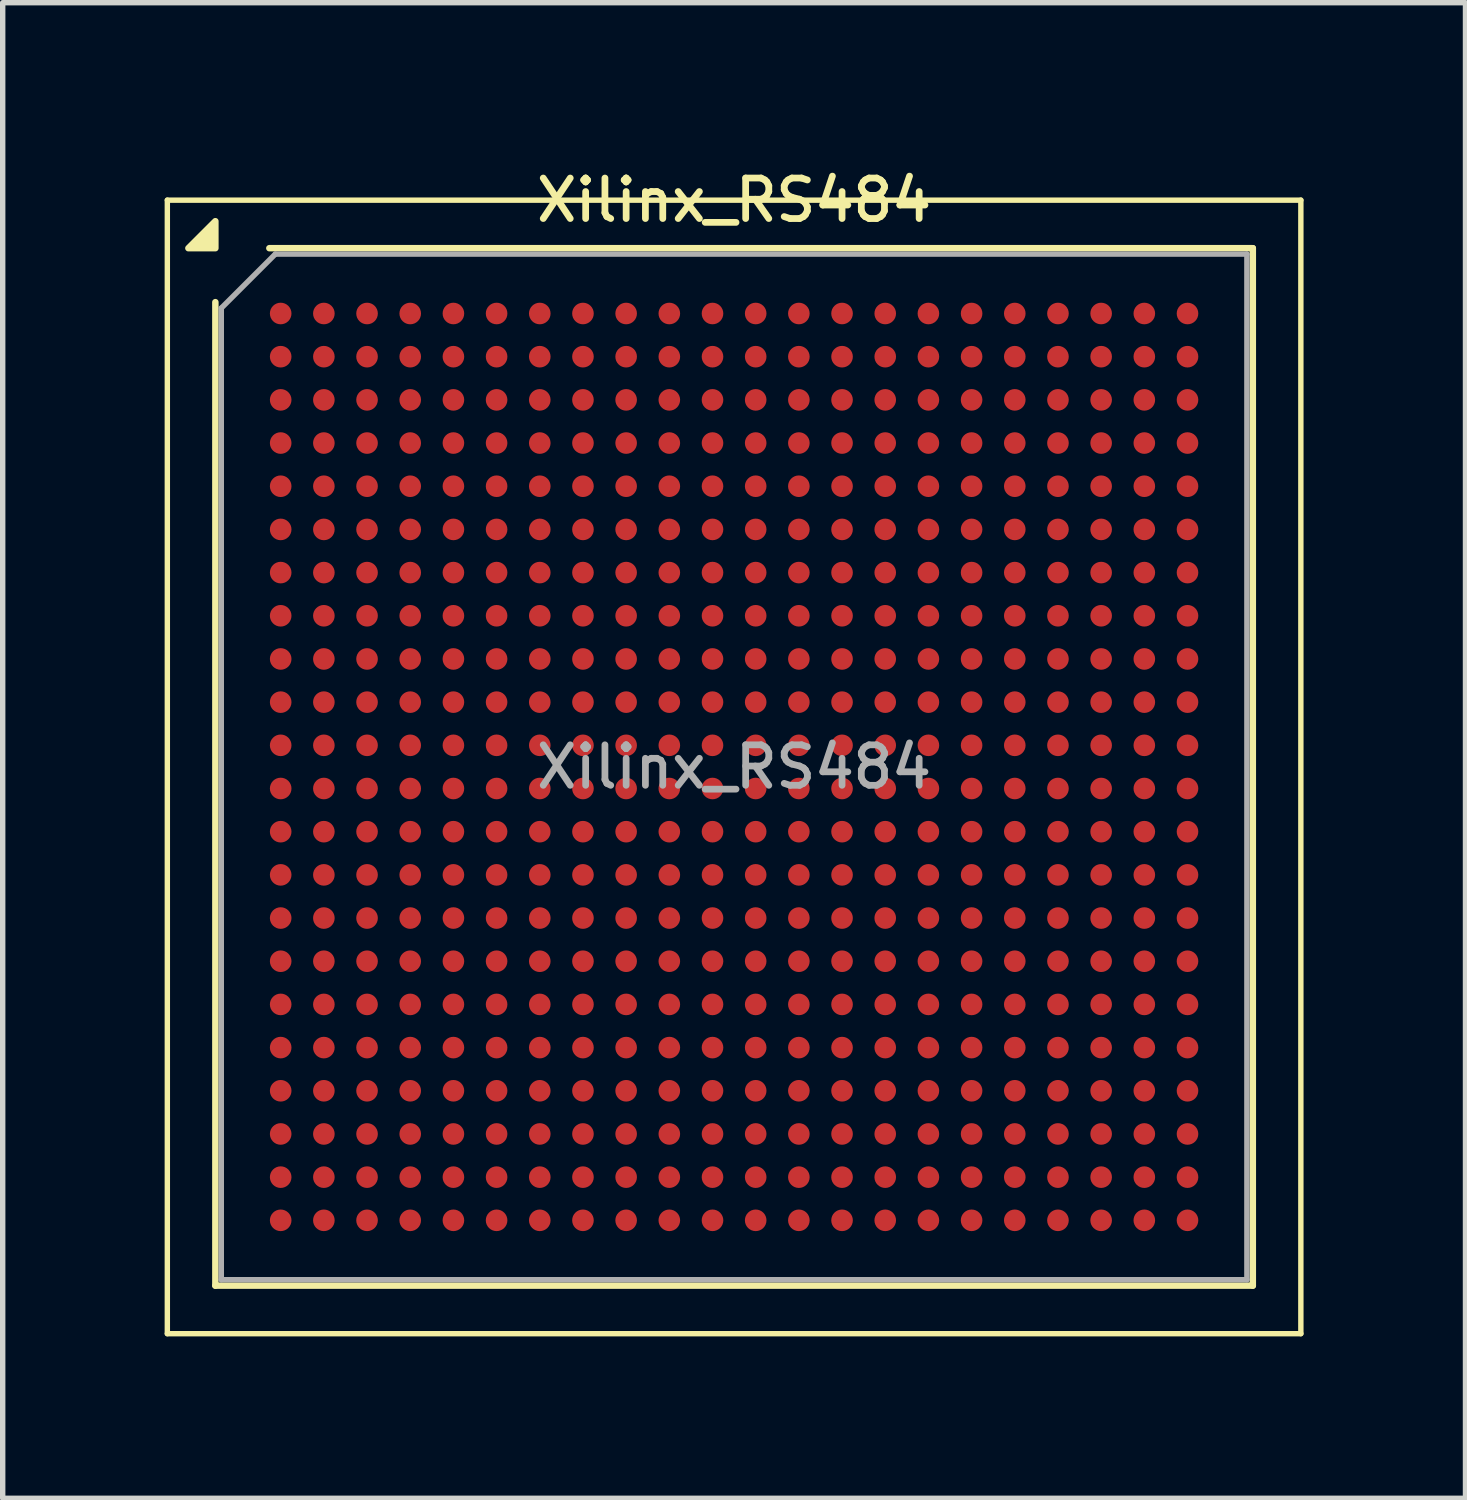
<source format=kicad_pcb>
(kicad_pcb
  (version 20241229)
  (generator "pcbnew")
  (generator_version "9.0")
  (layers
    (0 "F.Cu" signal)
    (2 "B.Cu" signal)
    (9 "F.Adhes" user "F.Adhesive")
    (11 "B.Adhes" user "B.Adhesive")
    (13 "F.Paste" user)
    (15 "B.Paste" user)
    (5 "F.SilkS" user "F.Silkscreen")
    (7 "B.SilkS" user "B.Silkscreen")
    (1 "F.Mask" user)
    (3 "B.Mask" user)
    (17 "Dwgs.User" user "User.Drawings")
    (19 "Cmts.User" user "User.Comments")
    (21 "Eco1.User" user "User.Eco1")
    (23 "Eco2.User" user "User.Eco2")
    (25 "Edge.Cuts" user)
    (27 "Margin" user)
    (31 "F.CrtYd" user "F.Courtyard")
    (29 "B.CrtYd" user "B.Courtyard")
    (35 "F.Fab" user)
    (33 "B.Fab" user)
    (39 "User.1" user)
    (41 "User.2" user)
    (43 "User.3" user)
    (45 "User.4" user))
  (footprint "Xilinx_RS484"
    (layer "F.Cu")
    (at 10.55 11.158)
    (property "Reference" "Xilinx_RS484" (at 0 -10.5 0) (layer "F.SilkS") (effects (font (size 0.75 0.75) (thickness 0.125))))
    (attr smd)
    (fp_line (start -10.5 -10.5) (end -10.5 10.5) (stroke (width 0.1) (type solid)) (layer "F.SilkS"))
    (fp_line (start -10.5 10.5) (end 10.5 10.5) (stroke (width 0.1) (type solid)) (layer "F.SilkS"))
    (fp_line (start -9.61 9.61) (end -9.61 -8.61) (stroke (width 0.12) (type solid)) (layer "F.SilkS"))
    (fp_line (start -8.61 -9.61) (end 9.61 -9.61) (stroke (width 0.12) (type solid)) (layer "F.SilkS"))
    (fp_line (start 9.61 -9.61) (end 9.61 9.61) (stroke (width 0.12) (type solid)) (layer "F.SilkS"))
    (fp_line (start 9.61 9.61) (end -9.61 9.61) (stroke (width 0.12) (type solid)) (layer "F.SilkS"))
    (fp_line (start 10.5 -10.5) (end -10.5 -10.5) (stroke (width 0.1) (type solid)) (layer "F.SilkS"))
    (fp_line (start 10.5 10.5) (end 10.5 -10.5) (stroke (width 0.1) (type solid)) (layer "F.SilkS"))
    (fp_poly (pts (xy -9.61 -9.61) (xy -10.11 -9.61) (xy -9.61 -10.11) (xy -9.61 -9.61)) (stroke (width 0.12) (type solid)) (fill yes) (layer "F.SilkS"))
    (fp_line (start -9.5 -8.5) (end -8.5 -9.5) (stroke (width 0.1) (type solid)) (layer "F.Fab"))
    (fp_line (start -9.5 9.5) (end -9.5 -8.5) (stroke (width 0.1) (type solid)) (layer "F.Fab"))
    (fp_line (start -8.5 -9.5) (end 9.5 -9.5) (stroke (width 0.1) (type solid)) (layer "F.Fab"))
    (fp_line (start 9.5 -9.5) (end 9.5 9.5) (stroke (width 0.1) (type solid)) (layer "F.Fab"))
    (fp_line (start 9.5 9.5) (end -9.5 9.5) (stroke (width 0.1) (type solid)) (layer "F.Fab"))
    (fp_text user "${REFERENCE}" (at 0 0 0) (layer "F.Fab") (effects (font (size 0.75 0.75) (thickness 0.125))))
    (pad "A1" smd circle (at -8.4 -8.4) (size 0.4 0.4) (property pad_prop_bga) (layers "F.Cu" "F.Mask" "F.Paste"))
    (pad "A2" smd circle (at -7.6 -8.4) (size 0.4 0.4) (property pad_prop_bga) (layers "F.Cu" "F.Mask" "F.Paste"))
    (pad "A3" smd circle (at -6.8 -8.4) (size 0.4 0.4) (property pad_prop_bga) (layers "F.Cu" "F.Mask" "F.Paste"))
    (pad "A4" smd circle (at -6 -8.4) (size 0.4 0.4) (property pad_prop_bga) (layers "F.Cu" "F.Mask" "F.Paste"))
    (pad "A5" smd circle (at -5.2 -8.4) (size 0.4 0.4) (property pad_prop_bga) (layers "F.Cu" "F.Mask" "F.Paste"))
    (pad "A6" smd circle (at -4.4 -8.4) (size 0.4 0.4) (property pad_prop_bga) (layers "F.Cu" "F.Mask" "F.Paste"))
    (pad "A7" smd circle (at -3.6 -8.4) (size 0.4 0.4) (property pad_prop_bga) (layers "F.Cu" "F.Mask" "F.Paste"))
    (pad "A8" smd circle (at -2.8 -8.4) (size 0.4 0.4) (property pad_prop_bga) (layers "F.Cu" "F.Mask" "F.Paste"))
    (pad "A9" smd circle (at -2 -8.4) (size 0.4 0.4) (property pad_prop_bga) (layers "F.Cu" "F.Mask" "F.Paste"))
    (pad "A10" smd circle (at -1.2 -8.4) (size 0.4 0.4) (property pad_prop_bga) (layers "F.Cu" "F.Mask" "F.Paste"))
    (pad "A11" smd circle (at -0.4 -8.4) (size 0.4 0.4) (property pad_prop_bga) (layers "F.Cu" "F.Mask" "F.Paste"))
    (pad "A12" smd circle (at 0.4 -8.4) (size 0.4 0.4) (property pad_prop_bga) (layers "F.Cu" "F.Mask" "F.Paste"))
    (pad "A13" smd circle (at 1.2 -8.4) (size 0.4 0.4) (property pad_prop_bga) (layers "F.Cu" "F.Mask" "F.Paste"))
    (pad "A14" smd circle (at 2 -8.4) (size 0.4 0.4) (property pad_prop_bga) (layers "F.Cu" "F.Mask" "F.Paste"))
    (pad "A15" smd circle (at 2.8 -8.4) (size 0.4 0.4) (property pad_prop_bga) (layers "F.Cu" "F.Mask" "F.Paste"))
    (pad "A16" smd circle (at 3.6 -8.4) (size 0.4 0.4) (property pad_prop_bga) (layers "F.Cu" "F.Mask" "F.Paste"))
    (pad "A17" smd circle (at 4.4 -8.4) (size 0.4 0.4) (property pad_prop_bga) (layers "F.Cu" "F.Mask" "F.Paste"))
    (pad "A18" smd circle (at 5.2 -8.4) (size 0.4 0.4) (property pad_prop_bga) (layers "F.Cu" "F.Mask" "F.Paste"))
    (pad "A19" smd circle (at 6 -8.4) (size 0.4 0.4) (property pad_prop_bga) (layers "F.Cu" "F.Mask" "F.Paste"))
    (pad "A20" smd circle (at 6.8 -8.4) (size 0.4 0.4) (property pad_prop_bga) (layers "F.Cu" "F.Mask" "F.Paste"))
    (pad "A21" smd circle (at 7.6 -8.4) (size 0.4 0.4) (property pad_prop_bga) (layers "F.Cu" "F.Mask" "F.Paste"))
    (pad "A22" smd circle (at 8.4 -8.4) (size 0.4 0.4) (property pad_prop_bga) (layers "F.Cu" "F.Mask" "F.Paste"))
    (pad "AA1" smd circle (at -8.4 7.6) (size 0.4 0.4) (property pad_prop_bga) (layers "F.Cu" "F.Mask" "F.Paste"))
    (pad "AA2" smd circle (at -7.6 7.6) (size 0.4 0.4) (property pad_prop_bga) (layers "F.Cu" "F.Mask" "F.Paste"))
    (pad "AA3" smd circle (at -6.8 7.6) (size 0.4 0.4) (property pad_prop_bga) (layers "F.Cu" "F.Mask" "F.Paste"))
    (pad "AA4" smd circle (at -6 7.6) (size 0.4 0.4) (property pad_prop_bga) (layers "F.Cu" "F.Mask" "F.Paste"))
    (pad "AA5" smd circle (at -5.2 7.6) (size 0.4 0.4) (property pad_prop_bga) (layers "F.Cu" "F.Mask" "F.Paste"))
    (pad "AA6" smd circle (at -4.4 7.6) (size 0.4 0.4) (property pad_prop_bga) (layers "F.Cu" "F.Mask" "F.Paste"))
    (pad "AA7" smd circle (at -3.6 7.6) (size 0.4 0.4) (property pad_prop_bga) (layers "F.Cu" "F.Mask" "F.Paste"))
    (pad "AA8" smd circle (at -2.8 7.6) (size 0.4 0.4) (property pad_prop_bga) (layers "F.Cu" "F.Mask" "F.Paste"))
    (pad "AA9" smd circle (at -2 7.6) (size 0.4 0.4) (property pad_prop_bga) (layers "F.Cu" "F.Mask" "F.Paste"))
    (pad "AA10" smd circle (at -1.2 7.6) (size 0.4 0.4) (property pad_prop_bga) (layers "F.Cu" "F.Mask" "F.Paste"))
    (pad "AA11" smd circle (at -0.4 7.6) (size 0.4 0.4) (property pad_prop_bga) (layers "F.Cu" "F.Mask" "F.Paste"))
    (pad "AA12" smd circle (at 0.4 7.6) (size 0.4 0.4) (property pad_prop_bga) (layers "F.Cu" "F.Mask" "F.Paste"))
    (pad "AA13" smd circle (at 1.2 7.6) (size 0.4 0.4) (property pad_prop_bga) (layers "F.Cu" "F.Mask" "F.Paste"))
    (pad "AA14" smd circle (at 2 7.6) (size 0.4 0.4) (property pad_prop_bga) (layers "F.Cu" "F.Mask" "F.Paste"))
    (pad "AA15" smd circle (at 2.8 7.6) (size 0.4 0.4) (property pad_prop_bga) (layers "F.Cu" "F.Mask" "F.Paste"))
    (pad "AA16" smd circle (at 3.6 7.6) (size 0.4 0.4) (property pad_prop_bga) (layers "F.Cu" "F.Mask" "F.Paste"))
    (pad "AA17" smd circle (at 4.4 7.6) (size 0.4 0.4) (property pad_prop_bga) (layers "F.Cu" "F.Mask" "F.Paste"))
    (pad "AA18" smd circle (at 5.2 7.6) (size 0.4 0.4) (property pad_prop_bga) (layers "F.Cu" "F.Mask" "F.Paste"))
    (pad "AA19" smd circle (at 6 7.6) (size 0.4 0.4) (property pad_prop_bga) (layers "F.Cu" "F.Mask" "F.Paste"))
    (pad "AA20" smd circle (at 6.8 7.6) (size 0.4 0.4) (property pad_prop_bga) (layers "F.Cu" "F.Mask" "F.Paste"))
    (pad "AA21" smd circle (at 7.6 7.6) (size 0.4 0.4) (property pad_prop_bga) (layers "F.Cu" "F.Mask" "F.Paste"))
    (pad "AA22" smd circle (at 8.4 7.6) (size 0.4 0.4) (property pad_prop_bga) (layers "F.Cu" "F.Mask" "F.Paste"))
    (pad "AB1" smd circle (at -8.4 8.4) (size 0.4 0.4) (property pad_prop_bga) (layers "F.Cu" "F.Mask" "F.Paste"))
    (pad "AB2" smd circle (at -7.6 8.4) (size 0.4 0.4) (property pad_prop_bga) (layers "F.Cu" "F.Mask" "F.Paste"))
    (pad "AB3" smd circle (at -6.8 8.4) (size 0.4 0.4) (property pad_prop_bga) (layers "F.Cu" "F.Mask" "F.Paste"))
    (pad "AB4" smd circle (at -6 8.4) (size 0.4 0.4) (property pad_prop_bga) (layers "F.Cu" "F.Mask" "F.Paste"))
    (pad "AB5" smd circle (at -5.2 8.4) (size 0.4 0.4) (property pad_prop_bga) (layers "F.Cu" "F.Mask" "F.Paste"))
    (pad "AB6" smd circle (at -4.4 8.4) (size 0.4 0.4) (property pad_prop_bga) (layers "F.Cu" "F.Mask" "F.Paste"))
    (pad "AB7" smd circle (at -3.6 8.4) (size 0.4 0.4) (property pad_prop_bga) (layers "F.Cu" "F.Mask" "F.Paste"))
    (pad "AB8" smd circle (at -2.8 8.4) (size 0.4 0.4) (property pad_prop_bga) (layers "F.Cu" "F.Mask" "F.Paste"))
    (pad "AB9" smd circle (at -2 8.4) (size 0.4 0.4) (property pad_prop_bga) (layers "F.Cu" "F.Mask" "F.Paste"))
    (pad "AB10" smd circle (at -1.2 8.4) (size 0.4 0.4) (property pad_prop_bga) (layers "F.Cu" "F.Mask" "F.Paste"))
    (pad "AB11" smd circle (at -0.4 8.4) (size 0.4 0.4) (property pad_prop_bga) (layers "F.Cu" "F.Mask" "F.Paste"))
    (pad "AB12" smd circle (at 0.4 8.4) (size 0.4 0.4) (property pad_prop_bga) (layers "F.Cu" "F.Mask" "F.Paste"))
    (pad "AB13" smd circle (at 1.2 8.4) (size 0.4 0.4) (property pad_prop_bga) (layers "F.Cu" "F.Mask" "F.Paste"))
    (pad "AB14" smd circle (at 2 8.4) (size 0.4 0.4) (property pad_prop_bga) (layers "F.Cu" "F.Mask" "F.Paste"))
    (pad "AB15" smd circle (at 2.8 8.4) (size 0.4 0.4) (property pad_prop_bga) (layers "F.Cu" "F.Mask" "F.Paste"))
    (pad "AB16" smd circle (at 3.6 8.4) (size 0.4 0.4) (property pad_prop_bga) (layers "F.Cu" "F.Mask" "F.Paste"))
    (pad "AB17" smd circle (at 4.4 8.4) (size 0.4 0.4) (property pad_prop_bga) (layers "F.Cu" "F.Mask" "F.Paste"))
    (pad "AB18" smd circle (at 5.2 8.4) (size 0.4 0.4) (property pad_prop_bga) (layers "F.Cu" "F.Mask" "F.Paste"))
    (pad "AB19" smd circle (at 6 8.4) (size 0.4 0.4) (property pad_prop_bga) (layers "F.Cu" "F.Mask" "F.Paste"))
    (pad "AB20" smd circle (at 6.8 8.4) (size 0.4 0.4) (property pad_prop_bga) (layers "F.Cu" "F.Mask" "F.Paste"))
    (pad "AB21" smd circle (at 7.6 8.4) (size 0.4 0.4) (property pad_prop_bga) (layers "F.Cu" "F.Mask" "F.Paste"))
    (pad "AB22" smd circle (at 8.4 8.4) (size 0.4 0.4) (property pad_prop_bga) (layers "F.Cu" "F.Mask" "F.Paste"))
    (pad "B1" smd circle (at -8.4 -7.6) (size 0.4 0.4) (property pad_prop_bga) (layers "F.Cu" "F.Mask" "F.Paste"))
    (pad "B2" smd circle (at -7.6 -7.6) (size 0.4 0.4) (property pad_prop_bga) (layers "F.Cu" "F.Mask" "F.Paste"))
    (pad "B3" smd circle (at -6.8 -7.6) (size 0.4 0.4) (property pad_prop_bga) (layers "F.Cu" "F.Mask" "F.Paste"))
    (pad "B4" smd circle (at -6 -7.6) (size 0.4 0.4) (property pad_prop_bga) (layers "F.Cu" "F.Mask" "F.Paste"))
    (pad "B5" smd circle (at -5.2 -7.6) (size 0.4 0.4) (property pad_prop_bga) (layers "F.Cu" "F.Mask" "F.Paste"))
    (pad "B6" smd circle (at -4.4 -7.6) (size 0.4 0.4) (property pad_prop_bga) (layers "F.Cu" "F.Mask" "F.Paste"))
    (pad "B7" smd circle (at -3.6 -7.6) (size 0.4 0.4) (property pad_prop_bga) (layers "F.Cu" "F.Mask" "F.Paste"))
    (pad "B8" smd circle (at -2.8 -7.6) (size 0.4 0.4) (property pad_prop_bga) (layers "F.Cu" "F.Mask" "F.Paste"))
    (pad "B9" smd circle (at -2 -7.6) (size 0.4 0.4) (property pad_prop_bga) (layers "F.Cu" "F.Mask" "F.Paste"))
    (pad "B10" smd circle (at -1.2 -7.6) (size 0.4 0.4) (property pad_prop_bga) (layers "F.Cu" "F.Mask" "F.Paste"))
    (pad "B11" smd circle (at -0.4 -7.6) (size 0.4 0.4) (property pad_prop_bga) (layers "F.Cu" "F.Mask" "F.Paste"))
    (pad "B12" smd circle (at 0.4 -7.6) (size 0.4 0.4) (property pad_prop_bga) (layers "F.Cu" "F.Mask" "F.Paste"))
    (pad "B13" smd circle (at 1.2 -7.6) (size 0.4 0.4) (property pad_prop_bga) (layers "F.Cu" "F.Mask" "F.Paste"))
    (pad "B14" smd circle (at 2 -7.6) (size 0.4 0.4) (property pad_prop_bga) (layers "F.Cu" "F.Mask" "F.Paste"))
    (pad "B15" smd circle (at 2.8 -7.6) (size 0.4 0.4) (property pad_prop_bga) (layers "F.Cu" "F.Mask" "F.Paste"))
    (pad "B16" smd circle (at 3.6 -7.6) (size 0.4 0.4) (property pad_prop_bga) (layers "F.Cu" "F.Mask" "F.Paste"))
    (pad "B17" smd circle (at 4.4 -7.6) (size 0.4 0.4) (property pad_prop_bga) (layers "F.Cu" "F.Mask" "F.Paste"))
    (pad "B18" smd circle (at 5.2 -7.6) (size 0.4 0.4) (property pad_prop_bga) (layers "F.Cu" "F.Mask" "F.Paste"))
    (pad "B19" smd circle (at 6 -7.6) (size 0.4 0.4) (property pad_prop_bga) (layers "F.Cu" "F.Mask" "F.Paste"))
    (pad "B20" smd circle (at 6.8 -7.6) (size 0.4 0.4) (property pad_prop_bga) (layers "F.Cu" "F.Mask" "F.Paste"))
    (pad "B21" smd circle (at 7.6 -7.6) (size 0.4 0.4) (property pad_prop_bga) (layers "F.Cu" "F.Mask" "F.Paste"))
    (pad "B22" smd circle (at 8.4 -7.6) (size 0.4 0.4) (property pad_prop_bga) (layers "F.Cu" "F.Mask" "F.Paste"))
    (pad "C1" smd circle (at -8.4 -6.8) (size 0.4 0.4) (property pad_prop_bga) (layers "F.Cu" "F.Mask" "F.Paste"))
    (pad "C2" smd circle (at -7.6 -6.8) (size 0.4 0.4) (property pad_prop_bga) (layers "F.Cu" "F.Mask" "F.Paste"))
    (pad "C3" smd circle (at -6.8 -6.8) (size 0.4 0.4) (property pad_prop_bga) (layers "F.Cu" "F.Mask" "F.Paste"))
    (pad "C4" smd circle (at -6 -6.8) (size 0.4 0.4) (property pad_prop_bga) (layers "F.Cu" "F.Mask" "F.Paste"))
    (pad "C5" smd circle (at -5.2 -6.8) (size 0.4 0.4) (property pad_prop_bga) (layers "F.Cu" "F.Mask" "F.Paste"))
    (pad "C6" smd circle (at -4.4 -6.8) (size 0.4 0.4) (property pad_prop_bga) (layers "F.Cu" "F.Mask" "F.Paste"))
    (pad "C7" smd circle (at -3.6 -6.8) (size 0.4 0.4) (property pad_prop_bga) (layers "F.Cu" "F.Mask" "F.Paste"))
    (pad "C8" smd circle (at -2.8 -6.8) (size 0.4 0.4) (property pad_prop_bga) (layers "F.Cu" "F.Mask" "F.Paste"))
    (pad "C9" smd circle (at -2 -6.8) (size 0.4 0.4) (property pad_prop_bga) (layers "F.Cu" "F.Mask" "F.Paste"))
    (pad "C10" smd circle (at -1.2 -6.8) (size 0.4 0.4) (property pad_prop_bga) (layers "F.Cu" "F.Mask" "F.Paste"))
    (pad "C11" smd circle (at -0.4 -6.8) (size 0.4 0.4) (property pad_prop_bga) (layers "F.Cu" "F.Mask" "F.Paste"))
    (pad "C12" smd circle (at 0.4 -6.8) (size 0.4 0.4) (property pad_prop_bga) (layers "F.Cu" "F.Mask" "F.Paste"))
    (pad "C13" smd circle (at 1.2 -6.8) (size 0.4 0.4) (property pad_prop_bga) (layers "F.Cu" "F.Mask" "F.Paste"))
    (pad "C14" smd circle (at 2 -6.8) (size 0.4 0.4) (property pad_prop_bga) (layers "F.Cu" "F.Mask" "F.Paste"))
    (pad "C15" smd circle (at 2.8 -6.8) (size 0.4 0.4) (property pad_prop_bga) (layers "F.Cu" "F.Mask" "F.Paste"))
    (pad "C16" smd circle (at 3.6 -6.8) (size 0.4 0.4) (property pad_prop_bga) (layers "F.Cu" "F.Mask" "F.Paste"))
    (pad "C17" smd circle (at 4.4 -6.8) (size 0.4 0.4) (property pad_prop_bga) (layers "F.Cu" "F.Mask" "F.Paste"))
    (pad "C18" smd circle (at 5.2 -6.8) (size 0.4 0.4) (property pad_prop_bga) (layers "F.Cu" "F.Mask" "F.Paste"))
    (pad "C19" smd circle (at 6 -6.8) (size 0.4 0.4) (property pad_prop_bga) (layers "F.Cu" "F.Mask" "F.Paste"))
    (pad "C20" smd circle (at 6.8 -6.8) (size 0.4 0.4) (property pad_prop_bga) (layers "F.Cu" "F.Mask" "F.Paste"))
    (pad "C21" smd circle (at 7.6 -6.8) (size 0.4 0.4) (property pad_prop_bga) (layers "F.Cu" "F.Mask" "F.Paste"))
    (pad "C22" smd circle (at 8.4 -6.8) (size 0.4 0.4) (property pad_prop_bga) (layers "F.Cu" "F.Mask" "F.Paste"))
    (pad "D1" smd circle (at -8.4 -6) (size 0.4 0.4) (property pad_prop_bga) (layers "F.Cu" "F.Mask" "F.Paste"))
    (pad "D2" smd circle (at -7.6 -6) (size 0.4 0.4) (property pad_prop_bga) (layers "F.Cu" "F.Mask" "F.Paste"))
    (pad "D3" smd circle (at -6.8 -6) (size 0.4 0.4) (property pad_prop_bga) (layers "F.Cu" "F.Mask" "F.Paste"))
    (pad "D4" smd circle (at -6 -6) (size 0.4 0.4) (property pad_prop_bga) (layers "F.Cu" "F.Mask" "F.Paste"))
    (pad "D5" smd circle (at -5.2 -6) (size 0.4 0.4) (property pad_prop_bga) (layers "F.Cu" "F.Mask" "F.Paste"))
    (pad "D6" smd circle (at -4.4 -6) (size 0.4 0.4) (property pad_prop_bga) (layers "F.Cu" "F.Mask" "F.Paste"))
    (pad "D7" smd circle (at -3.6 -6) (size 0.4 0.4) (property pad_prop_bga) (layers "F.Cu" "F.Mask" "F.Paste"))
    (pad "D8" smd circle (at -2.8 -6) (size 0.4 0.4) (property pad_prop_bga) (layers "F.Cu" "F.Mask" "F.Paste"))
    (pad "D9" smd circle (at -2 -6) (size 0.4 0.4) (property pad_prop_bga) (layers "F.Cu" "F.Mask" "F.Paste"))
    (pad "D10" smd circle (at -1.2 -6) (size 0.4 0.4) (property pad_prop_bga) (layers "F.Cu" "F.Mask" "F.Paste"))
    (pad "D11" smd circle (at -0.4 -6) (size 0.4 0.4) (property pad_prop_bga) (layers "F.Cu" "F.Mask" "F.Paste"))
    (pad "D12" smd circle (at 0.4 -6) (size 0.4 0.4) (property pad_prop_bga) (layers "F.Cu" "F.Mask" "F.Paste"))
    (pad "D13" smd circle (at 1.2 -6) (size 0.4 0.4) (property pad_prop_bga) (layers "F.Cu" "F.Mask" "F.Paste"))
    (pad "D14" smd circle (at 2 -6) (size 0.4 0.4) (property pad_prop_bga) (layers "F.Cu" "F.Mask" "F.Paste"))
    (pad "D15" smd circle (at 2.8 -6) (size 0.4 0.4) (property pad_prop_bga) (layers "F.Cu" "F.Mask" "F.Paste"))
    (pad "D16" smd circle (at 3.6 -6) (size 0.4 0.4) (property pad_prop_bga) (layers "F.Cu" "F.Mask" "F.Paste"))
    (pad "D17" smd circle (at 4.4 -6) (size 0.4 0.4) (property pad_prop_bga) (layers "F.Cu" "F.Mask" "F.Paste"))
    (pad "D18" smd circle (at 5.2 -6) (size 0.4 0.4) (property pad_prop_bga) (layers "F.Cu" "F.Mask" "F.Paste"))
    (pad "D19" smd circle (at 6 -6) (size 0.4 0.4) (property pad_prop_bga) (layers "F.Cu" "F.Mask" "F.Paste"))
    (pad "D20" smd circle (at 6.8 -6) (size 0.4 0.4) (property pad_prop_bga) (layers "F.Cu" "F.Mask" "F.Paste"))
    (pad "D21" smd circle (at 7.6 -6) (size 0.4 0.4) (property pad_prop_bga) (layers "F.Cu" "F.Mask" "F.Paste"))
    (pad "D22" smd circle (at 8.4 -6) (size 0.4 0.4) (property pad_prop_bga) (layers "F.Cu" "F.Mask" "F.Paste"))
    (pad "E1" smd circle (at -8.4 -5.2) (size 0.4 0.4) (property pad_prop_bga) (layers "F.Cu" "F.Mask" "F.Paste"))
    (pad "E2" smd circle (at -7.6 -5.2) (size 0.4 0.4) (property pad_prop_bga) (layers "F.Cu" "F.Mask" "F.Paste"))
    (pad "E3" smd circle (at -6.8 -5.2) (size 0.4 0.4) (property pad_prop_bga) (layers "F.Cu" "F.Mask" "F.Paste"))
    (pad "E4" smd circle (at -6 -5.2) (size 0.4 0.4) (property pad_prop_bga) (layers "F.Cu" "F.Mask" "F.Paste"))
    (pad "E5" smd circle (at -5.2 -5.2) (size 0.4 0.4) (property pad_prop_bga) (layers "F.Cu" "F.Mask" "F.Paste"))
    (pad "E6" smd circle (at -4.4 -5.2) (size 0.4 0.4) (property pad_prop_bga) (layers "F.Cu" "F.Mask" "F.Paste"))
    (pad "E7" smd circle (at -3.6 -5.2) (size 0.4 0.4) (property pad_prop_bga) (layers "F.Cu" "F.Mask" "F.Paste"))
    (pad "E8" smd circle (at -2.8 -5.2) (size 0.4 0.4) (property pad_prop_bga) (layers "F.Cu" "F.Mask" "F.Paste"))
    (pad "E9" smd circle (at -2 -5.2) (size 0.4 0.4) (property pad_prop_bga) (layers "F.Cu" "F.Mask" "F.Paste"))
    (pad "E10" smd circle (at -1.2 -5.2) (size 0.4 0.4) (property pad_prop_bga) (layers "F.Cu" "F.Mask" "F.Paste"))
    (pad "E11" smd circle (at -0.4 -5.2) (size 0.4 0.4) (property pad_prop_bga) (layers "F.Cu" "F.Mask" "F.Paste"))
    (pad "E12" smd circle (at 0.4 -5.2) (size 0.4 0.4) (property pad_prop_bga) (layers "F.Cu" "F.Mask" "F.Paste"))
    (pad "E13" smd circle (at 1.2 -5.2) (size 0.4 0.4) (property pad_prop_bga) (layers "F.Cu" "F.Mask" "F.Paste"))
    (pad "E14" smd circle (at 2 -5.2) (size 0.4 0.4) (property pad_prop_bga) (layers "F.Cu" "F.Mask" "F.Paste"))
    (pad "E15" smd circle (at 2.8 -5.2) (size 0.4 0.4) (property pad_prop_bga) (layers "F.Cu" "F.Mask" "F.Paste"))
    (pad "E16" smd circle (at 3.6 -5.2) (size 0.4 0.4) (property pad_prop_bga) (layers "F.Cu" "F.Mask" "F.Paste"))
    (pad "E17" smd circle (at 4.4 -5.2) (size 0.4 0.4) (property pad_prop_bga) (layers "F.Cu" "F.Mask" "F.Paste"))
    (pad "E18" smd circle (at 5.2 -5.2) (size 0.4 0.4) (property pad_prop_bga) (layers "F.Cu" "F.Mask" "F.Paste"))
    (pad "E19" smd circle (at 6 -5.2) (size 0.4 0.4) (property pad_prop_bga) (layers "F.Cu" "F.Mask" "F.Paste"))
    (pad "E20" smd circle (at 6.8 -5.2) (size 0.4 0.4) (property pad_prop_bga) (layers "F.Cu" "F.Mask" "F.Paste"))
    (pad "E21" smd circle (at 7.6 -5.2) (size 0.4 0.4) (property pad_prop_bga) (layers "F.Cu" "F.Mask" "F.Paste"))
    (pad "E22" smd circle (at 8.4 -5.2) (size 0.4 0.4) (property pad_prop_bga) (layers "F.Cu" "F.Mask" "F.Paste"))
    (pad "F1" smd circle (at -8.4 -4.4) (size 0.4 0.4) (property pad_prop_bga) (layers "F.Cu" "F.Mask" "F.Paste"))
    (pad "F2" smd circle (at -7.6 -4.4) (size 0.4 0.4) (property pad_prop_bga) (layers "F.Cu" "F.Mask" "F.Paste"))
    (pad "F3" smd circle (at -6.8 -4.4) (size 0.4 0.4) (property pad_prop_bga) (layers "F.Cu" "F.Mask" "F.Paste"))
    (pad "F4" smd circle (at -6 -4.4) (size 0.4 0.4) (property pad_prop_bga) (layers "F.Cu" "F.Mask" "F.Paste"))
    (pad "F5" smd circle (at -5.2 -4.4) (size 0.4 0.4) (property pad_prop_bga) (layers "F.Cu" "F.Mask" "F.Paste"))
    (pad "F6" smd circle (at -4.4 -4.4) (size 0.4 0.4) (property pad_prop_bga) (layers "F.Cu" "F.Mask" "F.Paste"))
    (pad "F7" smd circle (at -3.6 -4.4) (size 0.4 0.4) (property pad_prop_bga) (layers "F.Cu" "F.Mask" "F.Paste"))
    (pad "F8" smd circle (at -2.8 -4.4) (size 0.4 0.4) (property pad_prop_bga) (layers "F.Cu" "F.Mask" "F.Paste"))
    (pad "F9" smd circle (at -2 -4.4) (size 0.4 0.4) (property pad_prop_bga) (layers "F.Cu" "F.Mask" "F.Paste"))
    (pad "F10" smd circle (at -1.2 -4.4) (size 0.4 0.4) (property pad_prop_bga) (layers "F.Cu" "F.Mask" "F.Paste"))
    (pad "F11" smd circle (at -0.4 -4.4) (size 0.4 0.4) (property pad_prop_bga) (layers "F.Cu" "F.Mask" "F.Paste"))
    (pad "F12" smd circle (at 0.4 -4.4) (size 0.4 0.4) (property pad_prop_bga) (layers "F.Cu" "F.Mask" "F.Paste"))
    (pad "F13" smd circle (at 1.2 -4.4) (size 0.4 0.4) (property pad_prop_bga) (layers "F.Cu" "F.Mask" "F.Paste"))
    (pad "F14" smd circle (at 2 -4.4) (size 0.4 0.4) (property pad_prop_bga) (layers "F.Cu" "F.Mask" "F.Paste"))
    (pad "F15" smd circle (at 2.8 -4.4) (size 0.4 0.4) (property pad_prop_bga) (layers "F.Cu" "F.Mask" "F.Paste"))
    (pad "F16" smd circle (at 3.6 -4.4) (size 0.4 0.4) (property pad_prop_bga) (layers "F.Cu" "F.Mask" "F.Paste"))
    (pad "F17" smd circle (at 4.4 -4.4) (size 0.4 0.4) (property pad_prop_bga) (layers "F.Cu" "F.Mask" "F.Paste"))
    (pad "F18" smd circle (at 5.2 -4.4) (size 0.4 0.4) (property pad_prop_bga) (layers "F.Cu" "F.Mask" "F.Paste"))
    (pad "F19" smd circle (at 6 -4.4) (size 0.4 0.4) (property pad_prop_bga) (layers "F.Cu" "F.Mask" "F.Paste"))
    (pad "F20" smd circle (at 6.8 -4.4) (size 0.4 0.4) (property pad_prop_bga) (layers "F.Cu" "F.Mask" "F.Paste"))
    (pad "F21" smd circle (at 7.6 -4.4) (size 0.4 0.4) (property pad_prop_bga) (layers "F.Cu" "F.Mask" "F.Paste"))
    (pad "F22" smd circle (at 8.4 -4.4) (size 0.4 0.4) (property pad_prop_bga) (layers "F.Cu" "F.Mask" "F.Paste"))
    (pad "G1" smd circle (at -8.4 -3.6) (size 0.4 0.4) (property pad_prop_bga) (layers "F.Cu" "F.Mask" "F.Paste"))
    (pad "G2" smd circle (at -7.6 -3.6) (size 0.4 0.4) (property pad_prop_bga) (layers "F.Cu" "F.Mask" "F.Paste"))
    (pad "G3" smd circle (at -6.8 -3.6) (size 0.4 0.4) (property pad_prop_bga) (layers "F.Cu" "F.Mask" "F.Paste"))
    (pad "G4" smd circle (at -6 -3.6) (size 0.4 0.4) (property pad_prop_bga) (layers "F.Cu" "F.Mask" "F.Paste"))
    (pad "G5" smd circle (at -5.2 -3.6) (size 0.4 0.4) (property pad_prop_bga) (layers "F.Cu" "F.Mask" "F.Paste"))
    (pad "G6" smd circle (at -4.4 -3.6) (size 0.4 0.4) (property pad_prop_bga) (layers "F.Cu" "F.Mask" "F.Paste"))
    (pad "G7" smd circle (at -3.6 -3.6) (size 0.4 0.4) (property pad_prop_bga) (layers "F.Cu" "F.Mask" "F.Paste"))
    (pad "G8" smd circle (at -2.8 -3.6) (size 0.4 0.4) (property pad_prop_bga) (layers "F.Cu" "F.Mask" "F.Paste"))
    (pad "G9" smd circle (at -2 -3.6) (size 0.4 0.4) (property pad_prop_bga) (layers "F.Cu" "F.Mask" "F.Paste"))
    (pad "G10" smd circle (at -1.2 -3.6) (size 0.4 0.4) (property pad_prop_bga) (layers "F.Cu" "F.Mask" "F.Paste"))
    (pad "G11" smd circle (at -0.4 -3.6) (size 0.4 0.4) (property pad_prop_bga) (layers "F.Cu" "F.Mask" "F.Paste"))
    (pad "G12" smd circle (at 0.4 -3.6) (size 0.4 0.4) (property pad_prop_bga) (layers "F.Cu" "F.Mask" "F.Paste"))
    (pad "G13" smd circle (at 1.2 -3.6) (size 0.4 0.4) (property pad_prop_bga) (layers "F.Cu" "F.Mask" "F.Paste"))
    (pad "G14" smd circle (at 2 -3.6) (size 0.4 0.4) (property pad_prop_bga) (layers "F.Cu" "F.Mask" "F.Paste"))
    (pad "G15" smd circle (at 2.8 -3.6) (size 0.4 0.4) (property pad_prop_bga) (layers "F.Cu" "F.Mask" "F.Paste"))
    (pad "G16" smd circle (at 3.6 -3.6) (size 0.4 0.4) (property pad_prop_bga) (layers "F.Cu" "F.Mask" "F.Paste"))
    (pad "G17" smd circle (at 4.4 -3.6) (size 0.4 0.4) (property pad_prop_bga) (layers "F.Cu" "F.Mask" "F.Paste"))
    (pad "G18" smd circle (at 5.2 -3.6) (size 0.4 0.4) (property pad_prop_bga) (layers "F.Cu" "F.Mask" "F.Paste"))
    (pad "G19" smd circle (at 6 -3.6) (size 0.4 0.4) (property pad_prop_bga) (layers "F.Cu" "F.Mask" "F.Paste"))
    (pad "G20" smd circle (at 6.8 -3.6) (size 0.4 0.4) (property pad_prop_bga) (layers "F.Cu" "F.Mask" "F.Paste"))
    (pad "G21" smd circle (at 7.6 -3.6) (size 0.4 0.4) (property pad_prop_bga) (layers "F.Cu" "F.Mask" "F.Paste"))
    (pad "G22" smd circle (at 8.4 -3.6) (size 0.4 0.4) (property pad_prop_bga) (layers "F.Cu" "F.Mask" "F.Paste"))
    (pad "H1" smd circle (at -8.4 -2.8) (size 0.4 0.4) (property pad_prop_bga) (layers "F.Cu" "F.Mask" "F.Paste"))
    (pad "H2" smd circle (at -7.6 -2.8) (size 0.4 0.4) (property pad_prop_bga) (layers "F.Cu" "F.Mask" "F.Paste"))
    (pad "H3" smd circle (at -6.8 -2.8) (size 0.4 0.4) (property pad_prop_bga) (layers "F.Cu" "F.Mask" "F.Paste"))
    (pad "H4" smd circle (at -6 -2.8) (size 0.4 0.4) (property pad_prop_bga) (layers "F.Cu" "F.Mask" "F.Paste"))
    (pad "H5" smd circle (at -5.2 -2.8) (size 0.4 0.4) (property pad_prop_bga) (layers "F.Cu" "F.Mask" "F.Paste"))
    (pad "H6" smd circle (at -4.4 -2.8) (size 0.4 0.4) (property pad_prop_bga) (layers "F.Cu" "F.Mask" "F.Paste"))
    (pad "H7" smd circle (at -3.6 -2.8) (size 0.4 0.4) (property pad_prop_bga) (layers "F.Cu" "F.Mask" "F.Paste"))
    (pad "H8" smd circle (at -2.8 -2.8) (size 0.4 0.4) (property pad_prop_bga) (layers "F.Cu" "F.Mask" "F.Paste"))
    (pad "H9" smd circle (at -2 -2.8) (size 0.4 0.4) (property pad_prop_bga) (layers "F.Cu" "F.Mask" "F.Paste"))
    (pad "H10" smd circle (at -1.2 -2.8) (size 0.4 0.4) (property pad_prop_bga) (layers "F.Cu" "F.Mask" "F.Paste"))
    (pad "H11" smd circle (at -0.4 -2.8) (size 0.4 0.4) (property pad_prop_bga) (layers "F.Cu" "F.Mask" "F.Paste"))
    (pad "H12" smd circle (at 0.4 -2.8) (size 0.4 0.4) (property pad_prop_bga) (layers "F.Cu" "F.Mask" "F.Paste"))
    (pad "H13" smd circle (at 1.2 -2.8) (size 0.4 0.4) (property pad_prop_bga) (layers "F.Cu" "F.Mask" "F.Paste"))
    (pad "H14" smd circle (at 2 -2.8) (size 0.4 0.4) (property pad_prop_bga) (layers "F.Cu" "F.Mask" "F.Paste"))
    (pad "H15" smd circle (at 2.8 -2.8) (size 0.4 0.4) (property pad_prop_bga) (layers "F.Cu" "F.Mask" "F.Paste"))
    (pad "H16" smd circle (at 3.6 -2.8) (size 0.4 0.4) (property pad_prop_bga) (layers "F.Cu" "F.Mask" "F.Paste"))
    (pad "H17" smd circle (at 4.4 -2.8) (size 0.4 0.4) (property pad_prop_bga) (layers "F.Cu" "F.Mask" "F.Paste"))
    (pad "H18" smd circle (at 5.2 -2.8) (size 0.4 0.4) (property pad_prop_bga) (layers "F.Cu" "F.Mask" "F.Paste"))
    (pad "H19" smd circle (at 6 -2.8) (size 0.4 0.4) (property pad_prop_bga) (layers "F.Cu" "F.Mask" "F.Paste"))
    (pad "H20" smd circle (at 6.8 -2.8) (size 0.4 0.4) (property pad_prop_bga) (layers "F.Cu" "F.Mask" "F.Paste"))
    (pad "H21" smd circle (at 7.6 -2.8) (size 0.4 0.4) (property pad_prop_bga) (layers "F.Cu" "F.Mask" "F.Paste"))
    (pad "H22" smd circle (at 8.4 -2.8) (size 0.4 0.4) (property pad_prop_bga) (layers "F.Cu" "F.Mask" "F.Paste"))
    (pad "J1" smd circle (at -8.4 -2) (size 0.4 0.4) (property pad_prop_bga) (layers "F.Cu" "F.Mask" "F.Paste"))
    (pad "J2" smd circle (at -7.6 -2) (size 0.4 0.4) (property pad_prop_bga) (layers "F.Cu" "F.Mask" "F.Paste"))
    (pad "J3" smd circle (at -6.8 -2) (size 0.4 0.4) (property pad_prop_bga) (layers "F.Cu" "F.Mask" "F.Paste"))
    (pad "J4" smd circle (at -6 -2) (size 0.4 0.4) (property pad_prop_bga) (layers "F.Cu" "F.Mask" "F.Paste"))
    (pad "J5" smd circle (at -5.2 -2) (size 0.4 0.4) (property pad_prop_bga) (layers "F.Cu" "F.Mask" "F.Paste"))
    (pad "J6" smd circle (at -4.4 -2) (size 0.4 0.4) (property pad_prop_bga) (layers "F.Cu" "F.Mask" "F.Paste"))
    (pad "J7" smd circle (at -3.6 -2) (size 0.4 0.4) (property pad_prop_bga) (layers "F.Cu" "F.Mask" "F.Paste"))
    (pad "J8" smd circle (at -2.8 -2) (size 0.4 0.4) (property pad_prop_bga) (layers "F.Cu" "F.Mask" "F.Paste"))
    (pad "J9" smd circle (at -2 -2) (size 0.4 0.4) (property pad_prop_bga) (layers "F.Cu" "F.Mask" "F.Paste"))
    (pad "J10" smd circle (at -1.2 -2) (size 0.4 0.4) (property pad_prop_bga) (layers "F.Cu" "F.Mask" "F.Paste"))
    (pad "J11" smd circle (at -0.4 -2) (size 0.4 0.4) (property pad_prop_bga) (layers "F.Cu" "F.Mask" "F.Paste"))
    (pad "J12" smd circle (at 0.4 -2) (size 0.4 0.4) (property pad_prop_bga) (layers "F.Cu" "F.Mask" "F.Paste"))
    (pad "J13" smd circle (at 1.2 -2) (size 0.4 0.4) (property pad_prop_bga) (layers "F.Cu" "F.Mask" "F.Paste"))
    (pad "J14" smd circle (at 2 -2) (size 0.4 0.4) (property pad_prop_bga) (layers "F.Cu" "F.Mask" "F.Paste"))
    (pad "J15" smd circle (at 2.8 -2) (size 0.4 0.4) (property pad_prop_bga) (layers "F.Cu" "F.Mask" "F.Paste"))
    (pad "J16" smd circle (at 3.6 -2) (size 0.4 0.4) (property pad_prop_bga) (layers "F.Cu" "F.Mask" "F.Paste"))
    (pad "J17" smd circle (at 4.4 -2) (size 0.4 0.4) (property pad_prop_bga) (layers "F.Cu" "F.Mask" "F.Paste"))
    (pad "J18" smd circle (at 5.2 -2) (size 0.4 0.4) (property pad_prop_bga) (layers "F.Cu" "F.Mask" "F.Paste"))
    (pad "J19" smd circle (at 6 -2) (size 0.4 0.4) (property pad_prop_bga) (layers "F.Cu" "F.Mask" "F.Paste"))
    (pad "J20" smd circle (at 6.8 -2) (size 0.4 0.4) (property pad_prop_bga) (layers "F.Cu" "F.Mask" "F.Paste"))
    (pad "J21" smd circle (at 7.6 -2) (size 0.4 0.4) (property pad_prop_bga) (layers "F.Cu" "F.Mask" "F.Paste"))
    (pad "J22" smd circle (at 8.4 -2) (size 0.4 0.4) (property pad_prop_bga) (layers "F.Cu" "F.Mask" "F.Paste"))
    (pad "K1" smd circle (at -8.4 -1.2) (size 0.4 0.4) (property pad_prop_bga) (layers "F.Cu" "F.Mask" "F.Paste"))
    (pad "K2" smd circle (at -7.6 -1.2) (size 0.4 0.4) (property pad_prop_bga) (layers "F.Cu" "F.Mask" "F.Paste"))
    (pad "K3" smd circle (at -6.8 -1.2) (size 0.4 0.4) (property pad_prop_bga) (layers "F.Cu" "F.Mask" "F.Paste"))
    (pad "K4" smd circle (at -6 -1.2) (size 0.4 0.4) (property pad_prop_bga) (layers "F.Cu" "F.Mask" "F.Paste"))
    (pad "K5" smd circle (at -5.2 -1.2) (size 0.4 0.4) (property pad_prop_bga) (layers "F.Cu" "F.Mask" "F.Paste"))
    (pad "K6" smd circle (at -4.4 -1.2) (size 0.4 0.4) (property pad_prop_bga) (layers "F.Cu" "F.Mask" "F.Paste"))
    (pad "K7" smd circle (at -3.6 -1.2) (size 0.4 0.4) (property pad_prop_bga) (layers "F.Cu" "F.Mask" "F.Paste"))
    (pad "K8" smd circle (at -2.8 -1.2) (size 0.4 0.4) (property pad_prop_bga) (layers "F.Cu" "F.Mask" "F.Paste"))
    (pad "K9" smd circle (at -2 -1.2) (size 0.4 0.4) (property pad_prop_bga) (layers "F.Cu" "F.Mask" "F.Paste"))
    (pad "K10" smd circle (at -1.2 -1.2) (size 0.4 0.4) (property pad_prop_bga) (layers "F.Cu" "F.Mask" "F.Paste"))
    (pad "K11" smd circle (at -0.4 -1.2) (size 0.4 0.4) (property pad_prop_bga) (layers "F.Cu" "F.Mask" "F.Paste"))
    (pad "K12" smd circle (at 0.4 -1.2) (size 0.4 0.4) (property pad_prop_bga) (layers "F.Cu" "F.Mask" "F.Paste"))
    (pad "K13" smd circle (at 1.2 -1.2) (size 0.4 0.4) (property pad_prop_bga) (layers "F.Cu" "F.Mask" "F.Paste"))
    (pad "K14" smd circle (at 2 -1.2) (size 0.4 0.4) (property pad_prop_bga) (layers "F.Cu" "F.Mask" "F.Paste"))
    (pad "K15" smd circle (at 2.8 -1.2) (size 0.4 0.4) (property pad_prop_bga) (layers "F.Cu" "F.Mask" "F.Paste"))
    (pad "K16" smd circle (at 3.6 -1.2) (size 0.4 0.4) (property pad_prop_bga) (layers "F.Cu" "F.Mask" "F.Paste"))
    (pad "K17" smd circle (at 4.4 -1.2) (size 0.4 0.4) (property pad_prop_bga) (layers "F.Cu" "F.Mask" "F.Paste"))
    (pad "K18" smd circle (at 5.2 -1.2) (size 0.4 0.4) (property pad_prop_bga) (layers "F.Cu" "F.Mask" "F.Paste"))
    (pad "K19" smd circle (at 6 -1.2) (size 0.4 0.4) (property pad_prop_bga) (layers "F.Cu" "F.Mask" "F.Paste"))
    (pad "K20" smd circle (at 6.8 -1.2) (size 0.4 0.4) (property pad_prop_bga) (layers "F.Cu" "F.Mask" "F.Paste"))
    (pad "K21" smd circle (at 7.6 -1.2) (size 0.4 0.4) (property pad_prop_bga) (layers "F.Cu" "F.Mask" "F.Paste"))
    (pad "K22" smd circle (at 8.4 -1.2) (size 0.4 0.4) (property pad_prop_bga) (layers "F.Cu" "F.Mask" "F.Paste"))
    (pad "L1" smd circle (at -8.4 -0.4) (size 0.4 0.4) (property pad_prop_bga) (layers "F.Cu" "F.Mask" "F.Paste"))
    (pad "L2" smd circle (at -7.6 -0.4) (size 0.4 0.4) (property pad_prop_bga) (layers "F.Cu" "F.Mask" "F.Paste"))
    (pad "L3" smd circle (at -6.8 -0.4) (size 0.4 0.4) (property pad_prop_bga) (layers "F.Cu" "F.Mask" "F.Paste"))
    (pad "L4" smd circle (at -6 -0.4) (size 0.4 0.4) (property pad_prop_bga) (layers "F.Cu" "F.Mask" "F.Paste"))
    (pad "L5" smd circle (at -5.2 -0.4) (size 0.4 0.4) (property pad_prop_bga) (layers "F.Cu" "F.Mask" "F.Paste"))
    (pad "L6" smd circle (at -4.4 -0.4) (size 0.4 0.4) (property pad_prop_bga) (layers "F.Cu" "F.Mask" "F.Paste"))
    (pad "L7" smd circle (at -3.6 -0.4) (size 0.4 0.4) (property pad_prop_bga) (layers "F.Cu" "F.Mask" "F.Paste"))
    (pad "L8" smd circle (at -2.8 -0.4) (size 0.4 0.4) (property pad_prop_bga) (layers "F.Cu" "F.Mask" "F.Paste"))
    (pad "L9" smd circle (at -2 -0.4) (size 0.4 0.4) (property pad_prop_bga) (layers "F.Cu" "F.Mask" "F.Paste"))
    (pad "L10" smd circle (at -1.2 -0.4) (size 0.4 0.4) (property pad_prop_bga) (layers "F.Cu" "F.Mask" "F.Paste"))
    (pad "L11" smd circle (at -0.4 -0.4) (size 0.4 0.4) (property pad_prop_bga) (layers "F.Cu" "F.Mask" "F.Paste"))
    (pad "L12" smd circle (at 0.4 -0.4) (size 0.4 0.4) (property pad_prop_bga) (layers "F.Cu" "F.Mask" "F.Paste"))
    (pad "L13" smd circle (at 1.2 -0.4) (size 0.4 0.4) (property pad_prop_bga) (layers "F.Cu" "F.Mask" "F.Paste"))
    (pad "L14" smd circle (at 2 -0.4) (size 0.4 0.4) (property pad_prop_bga) (layers "F.Cu" "F.Mask" "F.Paste"))
    (pad "L15" smd circle (at 2.8 -0.4) (size 0.4 0.4) (property pad_prop_bga) (layers "F.Cu" "F.Mask" "F.Paste"))
    (pad "L16" smd circle (at 3.6 -0.4) (size 0.4 0.4) (property pad_prop_bga) (layers "F.Cu" "F.Mask" "F.Paste"))
    (pad "L17" smd circle (at 4.4 -0.4) (size 0.4 0.4) (property pad_prop_bga) (layers "F.Cu" "F.Mask" "F.Paste"))
    (pad "L18" smd circle (at 5.2 -0.4) (size 0.4 0.4) (property pad_prop_bga) (layers "F.Cu" "F.Mask" "F.Paste"))
    (pad "L19" smd circle (at 6 -0.4) (size 0.4 0.4) (property pad_prop_bga) (layers "F.Cu" "F.Mask" "F.Paste"))
    (pad "L20" smd circle (at 6.8 -0.4) (size 0.4 0.4) (property pad_prop_bga) (layers "F.Cu" "F.Mask" "F.Paste"))
    (pad "L21" smd circle (at 7.6 -0.4) (size 0.4 0.4) (property pad_prop_bga) (layers "F.Cu" "F.Mask" "F.Paste"))
    (pad "L22" smd circle (at 8.4 -0.4) (size 0.4 0.4) (property pad_prop_bga) (layers "F.Cu" "F.Mask" "F.Paste"))
    (pad "M1" smd circle (at -8.4 0.4) (size 0.4 0.4) (property pad_prop_bga) (layers "F.Cu" "F.Mask" "F.Paste"))
    (pad "M2" smd circle (at -7.6 0.4) (size 0.4 0.4) (property pad_prop_bga) (layers "F.Cu" "F.Mask" "F.Paste"))
    (pad "M3" smd circle (at -6.8 0.4) (size 0.4 0.4) (property pad_prop_bga) (layers "F.Cu" "F.Mask" "F.Paste"))
    (pad "M4" smd circle (at -6 0.4) (size 0.4 0.4) (property pad_prop_bga) (layers "F.Cu" "F.Mask" "F.Paste"))
    (pad "M5" smd circle (at -5.2 0.4) (size 0.4 0.4) (property pad_prop_bga) (layers "F.Cu" "F.Mask" "F.Paste"))
    (pad "M6" smd circle (at -4.4 0.4) (size 0.4 0.4) (property pad_prop_bga) (layers "F.Cu" "F.Mask" "F.Paste"))
    (pad "M7" smd circle (at -3.6 0.4) (size 0.4 0.4) (property pad_prop_bga) (layers "F.Cu" "F.Mask" "F.Paste"))
    (pad "M8" smd circle (at -2.8 0.4) (size 0.4 0.4) (property pad_prop_bga) (layers "F.Cu" "F.Mask" "F.Paste"))
    (pad "M9" smd circle (at -2 0.4) (size 0.4 0.4) (property pad_prop_bga) (layers "F.Cu" "F.Mask" "F.Paste"))
    (pad "M10" smd circle (at -1.2 0.4) (size 0.4 0.4) (property pad_prop_bga) (layers "F.Cu" "F.Mask" "F.Paste"))
    (pad "M11" smd circle (at -0.4 0.4) (size 0.4 0.4) (property pad_prop_bga) (layers "F.Cu" "F.Mask" "F.Paste"))
    (pad "M12" smd circle (at 0.4 0.4) (size 0.4 0.4) (property pad_prop_bga) (layers "F.Cu" "F.Mask" "F.Paste"))
    (pad "M13" smd circle (at 1.2 0.4) (size 0.4 0.4) (property pad_prop_bga) (layers "F.Cu" "F.Mask" "F.Paste"))
    (pad "M14" smd circle (at 2 0.4) (size 0.4 0.4) (property pad_prop_bga) (layers "F.Cu" "F.Mask" "F.Paste"))
    (pad "M15" smd circle (at 2.8 0.4) (size 0.4 0.4) (property pad_prop_bga) (layers "F.Cu" "F.Mask" "F.Paste"))
    (pad "M16" smd circle (at 3.6 0.4) (size 0.4 0.4) (property pad_prop_bga) (layers "F.Cu" "F.Mask" "F.Paste"))
    (pad "M17" smd circle (at 4.4 0.4) (size 0.4 0.4) (property pad_prop_bga) (layers "F.Cu" "F.Mask" "F.Paste"))
    (pad "M18" smd circle (at 5.2 0.4) (size 0.4 0.4) (property pad_prop_bga) (layers "F.Cu" "F.Mask" "F.Paste"))
    (pad "M19" smd circle (at 6 0.4) (size 0.4 0.4) (property pad_prop_bga) (layers "F.Cu" "F.Mask" "F.Paste"))
    (pad "M20" smd circle (at 6.8 0.4) (size 0.4 0.4) (property pad_prop_bga) (layers "F.Cu" "F.Mask" "F.Paste"))
    (pad "M21" smd circle (at 7.6 0.4) (size 0.4 0.4) (property pad_prop_bga) (layers "F.Cu" "F.Mask" "F.Paste"))
    (pad "M22" smd circle (at 8.4 0.4) (size 0.4 0.4) (property pad_prop_bga) (layers "F.Cu" "F.Mask" "F.Paste"))
    (pad "N1" smd circle (at -8.4 1.2) (size 0.4 0.4) (property pad_prop_bga) (layers "F.Cu" "F.Mask" "F.Paste"))
    (pad "N2" smd circle (at -7.6 1.2) (size 0.4 0.4) (property pad_prop_bga) (layers "F.Cu" "F.Mask" "F.Paste"))
    (pad "N3" smd circle (at -6.8 1.2) (size 0.4 0.4) (property pad_prop_bga) (layers "F.Cu" "F.Mask" "F.Paste"))
    (pad "N4" smd circle (at -6 1.2) (size 0.4 0.4) (property pad_prop_bga) (layers "F.Cu" "F.Mask" "F.Paste"))
    (pad "N5" smd circle (at -5.2 1.2) (size 0.4 0.4) (property pad_prop_bga) (layers "F.Cu" "F.Mask" "F.Paste"))
    (pad "N6" smd circle (at -4.4 1.2) (size 0.4 0.4) (property pad_prop_bga) (layers "F.Cu" "F.Mask" "F.Paste"))
    (pad "N7" smd circle (at -3.6 1.2) (size 0.4 0.4) (property pad_prop_bga) (layers "F.Cu" "F.Mask" "F.Paste"))
    (pad "N8" smd circle (at -2.8 1.2) (size 0.4 0.4) (property pad_prop_bga) (layers "F.Cu" "F.Mask" "F.Paste"))
    (pad "N9" smd circle (at -2 1.2) (size 0.4 0.4) (property pad_prop_bga) (layers "F.Cu" "F.Mask" "F.Paste"))
    (pad "N10" smd circle (at -1.2 1.2) (size 0.4 0.4) (property pad_prop_bga) (layers "F.Cu" "F.Mask" "F.Paste"))
    (pad "N11" smd circle (at -0.4 1.2) (size 0.4 0.4) (property pad_prop_bga) (layers "F.Cu" "F.Mask" "F.Paste"))
    (pad "N12" smd circle (at 0.4 1.2) (size 0.4 0.4) (property pad_prop_bga) (layers "F.Cu" "F.Mask" "F.Paste"))
    (pad "N13" smd circle (at 1.2 1.2) (size 0.4 0.4) (property pad_prop_bga) (layers "F.Cu" "F.Mask" "F.Paste"))
    (pad "N14" smd circle (at 2 1.2) (size 0.4 0.4) (property pad_prop_bga) (layers "F.Cu" "F.Mask" "F.Paste"))
    (pad "N15" smd circle (at 2.8 1.2) (size 0.4 0.4) (property pad_prop_bga) (layers "F.Cu" "F.Mask" "F.Paste"))
    (pad "N16" smd circle (at 3.6 1.2) (size 0.4 0.4) (property pad_prop_bga) (layers "F.Cu" "F.Mask" "F.Paste"))
    (pad "N17" smd circle (at 4.4 1.2) (size 0.4 0.4) (property pad_prop_bga) (layers "F.Cu" "F.Mask" "F.Paste"))
    (pad "N18" smd circle (at 5.2 1.2) (size 0.4 0.4) (property pad_prop_bga) (layers "F.Cu" "F.Mask" "F.Paste"))
    (pad "N19" smd circle (at 6 1.2) (size 0.4 0.4) (property pad_prop_bga) (layers "F.Cu" "F.Mask" "F.Paste"))
    (pad "N20" smd circle (at 6.8 1.2) (size 0.4 0.4) (property pad_prop_bga) (layers "F.Cu" "F.Mask" "F.Paste"))
    (pad "N21" smd circle (at 7.6 1.2) (size 0.4 0.4) (property pad_prop_bga) (layers "F.Cu" "F.Mask" "F.Paste"))
    (pad "N22" smd circle (at 8.4 1.2) (size 0.4 0.4) (property pad_prop_bga) (layers "F.Cu" "F.Mask" "F.Paste"))
    (pad "P1" smd circle (at -8.4 2) (size 0.4 0.4) (property pad_prop_bga) (layers "F.Cu" "F.Mask" "F.Paste"))
    (pad "P2" smd circle (at -7.6 2) (size 0.4 0.4) (property pad_prop_bga) (layers "F.Cu" "F.Mask" "F.Paste"))
    (pad "P3" smd circle (at -6.8 2) (size 0.4 0.4) (property pad_prop_bga) (layers "F.Cu" "F.Mask" "F.Paste"))
    (pad "P4" smd circle (at -6 2) (size 0.4 0.4) (property pad_prop_bga) (layers "F.Cu" "F.Mask" "F.Paste"))
    (pad "P5" smd circle (at -5.2 2) (size 0.4 0.4) (property pad_prop_bga) (layers "F.Cu" "F.Mask" "F.Paste"))
    (pad "P6" smd circle (at -4.4 2) (size 0.4 0.4) (property pad_prop_bga) (layers "F.Cu" "F.Mask" "F.Paste"))
    (pad "P7" smd circle (at -3.6 2) (size 0.4 0.4) (property pad_prop_bga) (layers "F.Cu" "F.Mask" "F.Paste"))
    (pad "P8" smd circle (at -2.8 2) (size 0.4 0.4) (property pad_prop_bga) (layers "F.Cu" "F.Mask" "F.Paste"))
    (pad "P9" smd circle (at -2 2) (size 0.4 0.4) (property pad_prop_bga) (layers "F.Cu" "F.Mask" "F.Paste"))
    (pad "P10" smd circle (at -1.2 2) (size 0.4 0.4) (property pad_prop_bga) (layers "F.Cu" "F.Mask" "F.Paste"))
    (pad "P11" smd circle (at -0.4 2) (size 0.4 0.4) (property pad_prop_bga) (layers "F.Cu" "F.Mask" "F.Paste"))
    (pad "P12" smd circle (at 0.4 2) (size 0.4 0.4) (property pad_prop_bga) (layers "F.Cu" "F.Mask" "F.Paste"))
    (pad "P13" smd circle (at 1.2 2) (size 0.4 0.4) (property pad_prop_bga) (layers "F.Cu" "F.Mask" "F.Paste"))
    (pad "P14" smd circle (at 2 2) (size 0.4 0.4) (property pad_prop_bga) (layers "F.Cu" "F.Mask" "F.Paste"))
    (pad "P15" smd circle (at 2.8 2) (size 0.4 0.4) (property pad_prop_bga) (layers "F.Cu" "F.Mask" "F.Paste"))
    (pad "P16" smd circle (at 3.6 2) (size 0.4 0.4) (property pad_prop_bga) (layers "F.Cu" "F.Mask" "F.Paste"))
    (pad "P17" smd circle (at 4.4 2) (size 0.4 0.4) (property pad_prop_bga) (layers "F.Cu" "F.Mask" "F.Paste"))
    (pad "P18" smd circle (at 5.2 2) (size 0.4 0.4) (property pad_prop_bga) (layers "F.Cu" "F.Mask" "F.Paste"))
    (pad "P19" smd circle (at 6 2) (size 0.4 0.4) (property pad_prop_bga) (layers "F.Cu" "F.Mask" "F.Paste"))
    (pad "P20" smd circle (at 6.8 2) (size 0.4 0.4) (property pad_prop_bga) (layers "F.Cu" "F.Mask" "F.Paste"))
    (pad "P21" smd circle (at 7.6 2) (size 0.4 0.4) (property pad_prop_bga) (layers "F.Cu" "F.Mask" "F.Paste"))
    (pad "P22" smd circle (at 8.4 2) (size 0.4 0.4) (property pad_prop_bga) (layers "F.Cu" "F.Mask" "F.Paste"))
    (pad "R1" smd circle (at -8.4 2.8) (size 0.4 0.4) (property pad_prop_bga) (layers "F.Cu" "F.Mask" "F.Paste"))
    (pad "R2" smd circle (at -7.6 2.8) (size 0.4 0.4) (property pad_prop_bga) (layers "F.Cu" "F.Mask" "F.Paste"))
    (pad "R3" smd circle (at -6.8 2.8) (size 0.4 0.4) (property pad_prop_bga) (layers "F.Cu" "F.Mask" "F.Paste"))
    (pad "R4" smd circle (at -6 2.8) (size 0.4 0.4) (property pad_prop_bga) (layers "F.Cu" "F.Mask" "F.Paste"))
    (pad "R5" smd circle (at -5.2 2.8) (size 0.4 0.4) (property pad_prop_bga) (layers "F.Cu" "F.Mask" "F.Paste"))
    (pad "R6" smd circle (at -4.4 2.8) (size 0.4 0.4) (property pad_prop_bga) (layers "F.Cu" "F.Mask" "F.Paste"))
    (pad "R7" smd circle (at -3.6 2.8) (size 0.4 0.4) (property pad_prop_bga) (layers "F.Cu" "F.Mask" "F.Paste"))
    (pad "R8" smd circle (at -2.8 2.8) (size 0.4 0.4) (property pad_prop_bga) (layers "F.Cu" "F.Mask" "F.Paste"))
    (pad "R9" smd circle (at -2 2.8) (size 0.4 0.4) (property pad_prop_bga) (layers "F.Cu" "F.Mask" "F.Paste"))
    (pad "R10" smd circle (at -1.2 2.8) (size 0.4 0.4) (property pad_prop_bga) (layers "F.Cu" "F.Mask" "F.Paste"))
    (pad "R11" smd circle (at -0.4 2.8) (size 0.4 0.4) (property pad_prop_bga) (layers "F.Cu" "F.Mask" "F.Paste"))
    (pad "R12" smd circle (at 0.4 2.8) (size 0.4 0.4) (property pad_prop_bga) (layers "F.Cu" "F.Mask" "F.Paste"))
    (pad "R13" smd circle (at 1.2 2.8) (size 0.4 0.4) (property pad_prop_bga) (layers "F.Cu" "F.Mask" "F.Paste"))
    (pad "R14" smd circle (at 2 2.8) (size 0.4 0.4) (property pad_prop_bga) (layers "F.Cu" "F.Mask" "F.Paste"))
    (pad "R15" smd circle (at 2.8 2.8) (size 0.4 0.4) (property pad_prop_bga) (layers "F.Cu" "F.Mask" "F.Paste"))
    (pad "R16" smd circle (at 3.6 2.8) (size 0.4 0.4) (property pad_prop_bga) (layers "F.Cu" "F.Mask" "F.Paste"))
    (pad "R17" smd circle (at 4.4 2.8) (size 0.4 0.4) (property pad_prop_bga) (layers "F.Cu" "F.Mask" "F.Paste"))
    (pad "R18" smd circle (at 5.2 2.8) (size 0.4 0.4) (property pad_prop_bga) (layers "F.Cu" "F.Mask" "F.Paste"))
    (pad "R19" smd circle (at 6 2.8) (size 0.4 0.4) (property pad_prop_bga) (layers "F.Cu" "F.Mask" "F.Paste"))
    (pad "R20" smd circle (at 6.8 2.8) (size 0.4 0.4) (property pad_prop_bga) (layers "F.Cu" "F.Mask" "F.Paste"))
    (pad "R21" smd circle (at 7.6 2.8) (size 0.4 0.4) (property pad_prop_bga) (layers "F.Cu" "F.Mask" "F.Paste"))
    (pad "R22" smd circle (at 8.4 2.8) (size 0.4 0.4) (property pad_prop_bga) (layers "F.Cu" "F.Mask" "F.Paste"))
    (pad "T1" smd circle (at -8.4 3.6) (size 0.4 0.4) (property pad_prop_bga) (layers "F.Cu" "F.Mask" "F.Paste"))
    (pad "T2" smd circle (at -7.6 3.6) (size 0.4 0.4) (property pad_prop_bga) (layers "F.Cu" "F.Mask" "F.Paste"))
    (pad "T3" smd circle (at -6.8 3.6) (size 0.4 0.4) (property pad_prop_bga) (layers "F.Cu" "F.Mask" "F.Paste"))
    (pad "T4" smd circle (at -6 3.6) (size 0.4 0.4) (property pad_prop_bga) (layers "F.Cu" "F.Mask" "F.Paste"))
    (pad "T5" smd circle (at -5.2 3.6) (size 0.4 0.4) (property pad_prop_bga) (layers "F.Cu" "F.Mask" "F.Paste"))
    (pad "T6" smd circle (at -4.4 3.6) (size 0.4 0.4) (property pad_prop_bga) (layers "F.Cu" "F.Mask" "F.Paste"))
    (pad "T7" smd circle (at -3.6 3.6) (size 0.4 0.4) (property pad_prop_bga) (layers "F.Cu" "F.Mask" "F.Paste"))
    (pad "T8" smd circle (at -2.8 3.6) (size 0.4 0.4) (property pad_prop_bga) (layers "F.Cu" "F.Mask" "F.Paste"))
    (pad "T9" smd circle (at -2 3.6) (size 0.4 0.4) (property pad_prop_bga) (layers "F.Cu" "F.Mask" "F.Paste"))
    (pad "T10" smd circle (at -1.2 3.6) (size 0.4 0.4) (property pad_prop_bga) (layers "F.Cu" "F.Mask" "F.Paste"))
    (pad "T11" smd circle (at -0.4 3.6) (size 0.4 0.4) (property pad_prop_bga) (layers "F.Cu" "F.Mask" "F.Paste"))
    (pad "T12" smd circle (at 0.4 3.6) (size 0.4 0.4) (property pad_prop_bga) (layers "F.Cu" "F.Mask" "F.Paste"))
    (pad "T13" smd circle (at 1.2 3.6) (size 0.4 0.4) (property pad_prop_bga) (layers "F.Cu" "F.Mask" "F.Paste"))
    (pad "T14" smd circle (at 2 3.6) (size 0.4 0.4) (property pad_prop_bga) (layers "F.Cu" "F.Mask" "F.Paste"))
    (pad "T15" smd circle (at 2.8 3.6) (size 0.4 0.4) (property pad_prop_bga) (layers "F.Cu" "F.Mask" "F.Paste"))
    (pad "T16" smd circle (at 3.6 3.6) (size 0.4 0.4) (property pad_prop_bga) (layers "F.Cu" "F.Mask" "F.Paste"))
    (pad "T17" smd circle (at 4.4 3.6) (size 0.4 0.4) (property pad_prop_bga) (layers "F.Cu" "F.Mask" "F.Paste"))
    (pad "T18" smd circle (at 5.2 3.6) (size 0.4 0.4) (property pad_prop_bga) (layers "F.Cu" "F.Mask" "F.Paste"))
    (pad "T19" smd circle (at 6 3.6) (size 0.4 0.4) (property pad_prop_bga) (layers "F.Cu" "F.Mask" "F.Paste"))
    (pad "T20" smd circle (at 6.8 3.6) (size 0.4 0.4) (property pad_prop_bga) (layers "F.Cu" "F.Mask" "F.Paste"))
    (pad "T21" smd circle (at 7.6 3.6) (size 0.4 0.4) (property pad_prop_bga) (layers "F.Cu" "F.Mask" "F.Paste"))
    (pad "T22" smd circle (at 8.4 3.6) (size 0.4 0.4) (property pad_prop_bga) (layers "F.Cu" "F.Mask" "F.Paste"))
    (pad "U1" smd circle (at -8.4 4.4) (size 0.4 0.4) (property pad_prop_bga) (layers "F.Cu" "F.Mask" "F.Paste"))
    (pad "U2" smd circle (at -7.6 4.4) (size 0.4 0.4) (property pad_prop_bga) (layers "F.Cu" "F.Mask" "F.Paste"))
    (pad "U3" smd circle (at -6.8 4.4) (size 0.4 0.4) (property pad_prop_bga) (layers "F.Cu" "F.Mask" "F.Paste"))
    (pad "U4" smd circle (at -6 4.4) (size 0.4 0.4) (property pad_prop_bga) (layers "F.Cu" "F.Mask" "F.Paste"))
    (pad "U5" smd circle (at -5.2 4.4) (size 0.4 0.4) (property pad_prop_bga) (layers "F.Cu" "F.Mask" "F.Paste"))
    (pad "U6" smd circle (at -4.4 4.4) (size 0.4 0.4) (property pad_prop_bga) (layers "F.Cu" "F.Mask" "F.Paste"))
    (pad "U7" smd circle (at -3.6 4.4) (size 0.4 0.4) (property pad_prop_bga) (layers "F.Cu" "F.Mask" "F.Paste"))
    (pad "U8" smd circle (at -2.8 4.4) (size 0.4 0.4) (property pad_prop_bga) (layers "F.Cu" "F.Mask" "F.Paste"))
    (pad "U9" smd circle (at -2 4.4) (size 0.4 0.4) (property pad_prop_bga) (layers "F.Cu" "F.Mask" "F.Paste"))
    (pad "U10" smd circle (at -1.2 4.4) (size 0.4 0.4) (property pad_prop_bga) (layers "F.Cu" "F.Mask" "F.Paste"))
    (pad "U11" smd circle (at -0.4 4.4) (size 0.4 0.4) (property pad_prop_bga) (layers "F.Cu" "F.Mask" "F.Paste"))
    (pad "U12" smd circle (at 0.4 4.4) (size 0.4 0.4) (property pad_prop_bga) (layers "F.Cu" "F.Mask" "F.Paste"))
    (pad "U13" smd circle (at 1.2 4.4) (size 0.4 0.4) (property pad_prop_bga) (layers "F.Cu" "F.Mask" "F.Paste"))
    (pad "U14" smd circle (at 2 4.4) (size 0.4 0.4) (property pad_prop_bga) (layers "F.Cu" "F.Mask" "F.Paste"))
    (pad "U15" smd circle (at 2.8 4.4) (size 0.4 0.4) (property pad_prop_bga) (layers "F.Cu" "F.Mask" "F.Paste"))
    (pad "U16" smd circle (at 3.6 4.4) (size 0.4 0.4) (property pad_prop_bga) (layers "F.Cu" "F.Mask" "F.Paste"))
    (pad "U17" smd circle (at 4.4 4.4) (size 0.4 0.4) (property pad_prop_bga) (layers "F.Cu" "F.Mask" "F.Paste"))
    (pad "U18" smd circle (at 5.2 4.4) (size 0.4 0.4) (property pad_prop_bga) (layers "F.Cu" "F.Mask" "F.Paste"))
    (pad "U19" smd circle (at 6 4.4) (size 0.4 0.4) (property pad_prop_bga) (layers "F.Cu" "F.Mask" "F.Paste"))
    (pad "U20" smd circle (at 6.8 4.4) (size 0.4 0.4) (property pad_prop_bga) (layers "F.Cu" "F.Mask" "F.Paste"))
    (pad "U21" smd circle (at 7.6 4.4) (size 0.4 0.4) (property pad_prop_bga) (layers "F.Cu" "F.Mask" "F.Paste"))
    (pad "U22" smd circle (at 8.4 4.4) (size 0.4 0.4) (property pad_prop_bga) (layers "F.Cu" "F.Mask" "F.Paste"))
    (pad "V1" smd circle (at -8.4 5.2) (size 0.4 0.4) (property pad_prop_bga) (layers "F.Cu" "F.Mask" "F.Paste"))
    (pad "V2" smd circle (at -7.6 5.2) (size 0.4 0.4) (property pad_prop_bga) (layers "F.Cu" "F.Mask" "F.Paste"))
    (pad "V3" smd circle (at -6.8 5.2) (size 0.4 0.4) (property pad_prop_bga) (layers "F.Cu" "F.Mask" "F.Paste"))
    (pad "V4" smd circle (at -6 5.2) (size 0.4 0.4) (property pad_prop_bga) (layers "F.Cu" "F.Mask" "F.Paste"))
    (pad "V5" smd circle (at -5.2 5.2) (size 0.4 0.4) (property pad_prop_bga) (layers "F.Cu" "F.Mask" "F.Paste"))
    (pad "V6" smd circle (at -4.4 5.2) (size 0.4 0.4) (property pad_prop_bga) (layers "F.Cu" "F.Mask" "F.Paste"))
    (pad "V7" smd circle (at -3.6 5.2) (size 0.4 0.4) (property pad_prop_bga) (layers "F.Cu" "F.Mask" "F.Paste"))
    (pad "V8" smd circle (at -2.8 5.2) (size 0.4 0.4) (property pad_prop_bga) (layers "F.Cu" "F.Mask" "F.Paste"))
    (pad "V9" smd circle (at -2 5.2) (size 0.4 0.4) (property pad_prop_bga) (layers "F.Cu" "F.Mask" "F.Paste"))
    (pad "V10" smd circle (at -1.2 5.2) (size 0.4 0.4) (property pad_prop_bga) (layers "F.Cu" "F.Mask" "F.Paste"))
    (pad "V11" smd circle (at -0.4 5.2) (size 0.4 0.4) (property pad_prop_bga) (layers "F.Cu" "F.Mask" "F.Paste"))
    (pad "V12" smd circle (at 0.4 5.2) (size 0.4 0.4) (property pad_prop_bga) (layers "F.Cu" "F.Mask" "F.Paste"))
    (pad "V13" smd circle (at 1.2 5.2) (size 0.4 0.4) (property pad_prop_bga) (layers "F.Cu" "F.Mask" "F.Paste"))
    (pad "V14" smd circle (at 2 5.2) (size 0.4 0.4) (property pad_prop_bga) (layers "F.Cu" "F.Mask" "F.Paste"))
    (pad "V15" smd circle (at 2.8 5.2) (size 0.4 0.4) (property pad_prop_bga) (layers "F.Cu" "F.Mask" "F.Paste"))
    (pad "V16" smd circle (at 3.6 5.2) (size 0.4 0.4) (property pad_prop_bga) (layers "F.Cu" "F.Mask" "F.Paste"))
    (pad "V17" smd circle (at 4.4 5.2) (size 0.4 0.4) (property pad_prop_bga) (layers "F.Cu" "F.Mask" "F.Paste"))
    (pad "V18" smd circle (at 5.2 5.2) (size 0.4 0.4) (property pad_prop_bga) (layers "F.Cu" "F.Mask" "F.Paste"))
    (pad "V19" smd circle (at 6 5.2) (size 0.4 0.4) (property pad_prop_bga) (layers "F.Cu" "F.Mask" "F.Paste"))
    (pad "V20" smd circle (at 6.8 5.2) (size 0.4 0.4) (property pad_prop_bga) (layers "F.Cu" "F.Mask" "F.Paste"))
    (pad "V21" smd circle (at 7.6 5.2) (size 0.4 0.4) (property pad_prop_bga) (layers "F.Cu" "F.Mask" "F.Paste"))
    (pad "V22" smd circle (at 8.4 5.2) (size 0.4 0.4) (property pad_prop_bga) (layers "F.Cu" "F.Mask" "F.Paste"))
    (pad "W1" smd circle (at -8.4 6) (size 0.4 0.4) (property pad_prop_bga) (layers "F.Cu" "F.Mask" "F.Paste"))
    (pad "W2" smd circle (at -7.6 6) (size 0.4 0.4) (property pad_prop_bga) (layers "F.Cu" "F.Mask" "F.Paste"))
    (pad "W3" smd circle (at -6.8 6) (size 0.4 0.4) (property pad_prop_bga) (layers "F.Cu" "F.Mask" "F.Paste"))
    (pad "W4" smd circle (at -6 6) (size 0.4 0.4) (property pad_prop_bga) (layers "F.Cu" "F.Mask" "F.Paste"))
    (pad "W5" smd circle (at -5.2 6) (size 0.4 0.4) (property pad_prop_bga) (layers "F.Cu" "F.Mask" "F.Paste"))
    (pad "W6" smd circle (at -4.4 6) (size 0.4 0.4) (property pad_prop_bga) (layers "F.Cu" "F.Mask" "F.Paste"))
    (pad "W7" smd circle (at -3.6 6) (size 0.4 0.4) (property pad_prop_bga) (layers "F.Cu" "F.Mask" "F.Paste"))
    (pad "W8" smd circle (at -2.8 6) (size 0.4 0.4) (property pad_prop_bga) (layers "F.Cu" "F.Mask" "F.Paste"))
    (pad "W9" smd circle (at -2 6) (size 0.4 0.4) (property pad_prop_bga) (layers "F.Cu" "F.Mask" "F.Paste"))
    (pad "W10" smd circle (at -1.2 6) (size 0.4 0.4) (property pad_prop_bga) (layers "F.Cu" "F.Mask" "F.Paste"))
    (pad "W11" smd circle (at -0.4 6) (size 0.4 0.4) (property pad_prop_bga) (layers "F.Cu" "F.Mask" "F.Paste"))
    (pad "W12" smd circle (at 0.4 6) (size 0.4 0.4) (property pad_prop_bga) (layers "F.Cu" "F.Mask" "F.Paste"))
    (pad "W13" smd circle (at 1.2 6) (size 0.4 0.4) (property pad_prop_bga) (layers "F.Cu" "F.Mask" "F.Paste"))
    (pad "W14" smd circle (at 2 6) (size 0.4 0.4) (property pad_prop_bga) (layers "F.Cu" "F.Mask" "F.Paste"))
    (pad "W15" smd circle (at 2.8 6) (size 0.4 0.4) (property pad_prop_bga) (layers "F.Cu" "F.Mask" "F.Paste"))
    (pad "W16" smd circle (at 3.6 6) (size 0.4 0.4) (property pad_prop_bga) (layers "F.Cu" "F.Mask" "F.Paste"))
    (pad "W17" smd circle (at 4.4 6) (size 0.4 0.4) (property pad_prop_bga) (layers "F.Cu" "F.Mask" "F.Paste"))
    (pad "W18" smd circle (at 5.2 6) (size 0.4 0.4) (property pad_prop_bga) (layers "F.Cu" "F.Mask" "F.Paste"))
    (pad "W19" smd circle (at 6 6) (size 0.4 0.4) (property pad_prop_bga) (layers "F.Cu" "F.Mask" "F.Paste"))
    (pad "W20" smd circle (at 6.8 6) (size 0.4 0.4) (property pad_prop_bga) (layers "F.Cu" "F.Mask" "F.Paste"))
    (pad "W21" smd circle (at 7.6 6) (size 0.4 0.4) (property pad_prop_bga) (layers "F.Cu" "F.Mask" "F.Paste"))
    (pad "W22" smd circle (at 8.4 6) (size 0.4 0.4) (property pad_prop_bga) (layers "F.Cu" "F.Mask" "F.Paste"))
    (pad "Y1" smd circle (at -8.4 6.8) (size 0.4 0.4) (property pad_prop_bga) (layers "F.Cu" "F.Mask" "F.Paste"))
    (pad "Y2" smd circle (at -7.6 6.8) (size 0.4 0.4) (property pad_prop_bga) (layers "F.Cu" "F.Mask" "F.Paste"))
    (pad "Y3" smd circle (at -6.8 6.8) (size 0.4 0.4) (property pad_prop_bga) (layers "F.Cu" "F.Mask" "F.Paste"))
    (pad "Y4" smd circle (at -6 6.8) (size 0.4 0.4) (property pad_prop_bga) (layers "F.Cu" "F.Mask" "F.Paste"))
    (pad "Y5" smd circle (at -5.2 6.8) (size 0.4 0.4) (property pad_prop_bga) (layers "F.Cu" "F.Mask" "F.Paste"))
    (pad "Y6" smd circle (at -4.4 6.8) (size 0.4 0.4) (property pad_prop_bga) (layers "F.Cu" "F.Mask" "F.Paste"))
    (pad "Y7" smd circle (at -3.6 6.8) (size 0.4 0.4) (property pad_prop_bga) (layers "F.Cu" "F.Mask" "F.Paste"))
    (pad "Y8" smd circle (at -2.8 6.8) (size 0.4 0.4) (property pad_prop_bga) (layers "F.Cu" "F.Mask" "F.Paste"))
    (pad "Y9" smd circle (at -2 6.8) (size 0.4 0.4) (property pad_prop_bga) (layers "F.Cu" "F.Mask" "F.Paste"))
    (pad "Y10" smd circle (at -1.2 6.8) (size 0.4 0.4) (property pad_prop_bga) (layers "F.Cu" "F.Mask" "F.Paste"))
    (pad "Y11" smd circle (at -0.4 6.8) (size 0.4 0.4) (property pad_prop_bga) (layers "F.Cu" "F.Mask" "F.Paste"))
    (pad "Y12" smd circle (at 0.4 6.8) (size 0.4 0.4) (property pad_prop_bga) (layers "F.Cu" "F.Mask" "F.Paste"))
    (pad "Y13" smd circle (at 1.2 6.8) (size 0.4 0.4) (property pad_prop_bga) (layers "F.Cu" "F.Mask" "F.Paste"))
    (pad "Y14" smd circle (at 2 6.8) (size 0.4 0.4) (property pad_prop_bga) (layers "F.Cu" "F.Mask" "F.Paste"))
    (pad "Y15" smd circle (at 2.8 6.8) (size 0.4 0.4) (property pad_prop_bga) (layers "F.Cu" "F.Mask" "F.Paste"))
    (pad "Y16" smd circle (at 3.6 6.8) (size 0.4 0.4) (property pad_prop_bga) (layers "F.Cu" "F.Mask" "F.Paste"))
    (pad "Y17" smd circle (at 4.4 6.8) (size 0.4 0.4) (property pad_prop_bga) (layers "F.Cu" "F.Mask" "F.Paste"))
    (pad "Y18" smd circle (at 5.2 6.8) (size 0.4 0.4) (property pad_prop_bga) (layers "F.Cu" "F.Mask" "F.Paste"))
    (pad "Y19" smd circle (at 6 6.8) (size 0.4 0.4) (property pad_prop_bga) (layers "F.Cu" "F.Mask" "F.Paste"))
    (pad "Y20" smd circle (at 6.8 6.8) (size 0.4 0.4) (property pad_prop_bga) (layers "F.Cu" "F.Mask" "F.Paste"))
    (pad "Y21" smd circle (at 7.6 6.8) (size 0.4 0.4) (property pad_prop_bga) (layers "F.Cu" "F.Mask" "F.Paste"))
    (pad "Y22" smd circle (at 8.4 6.8) (size 0.4 0.4) (property pad_prop_bga) (layers "F.Cu" "F.Mask" "F.Paste")))
  (gr_rect
    (start -3 -3)
    (end 24.1 24.708)
    (stroke (width 0.1) (type default))
    (fill no)
    (layer "Edge.Cuts")))
</source>
